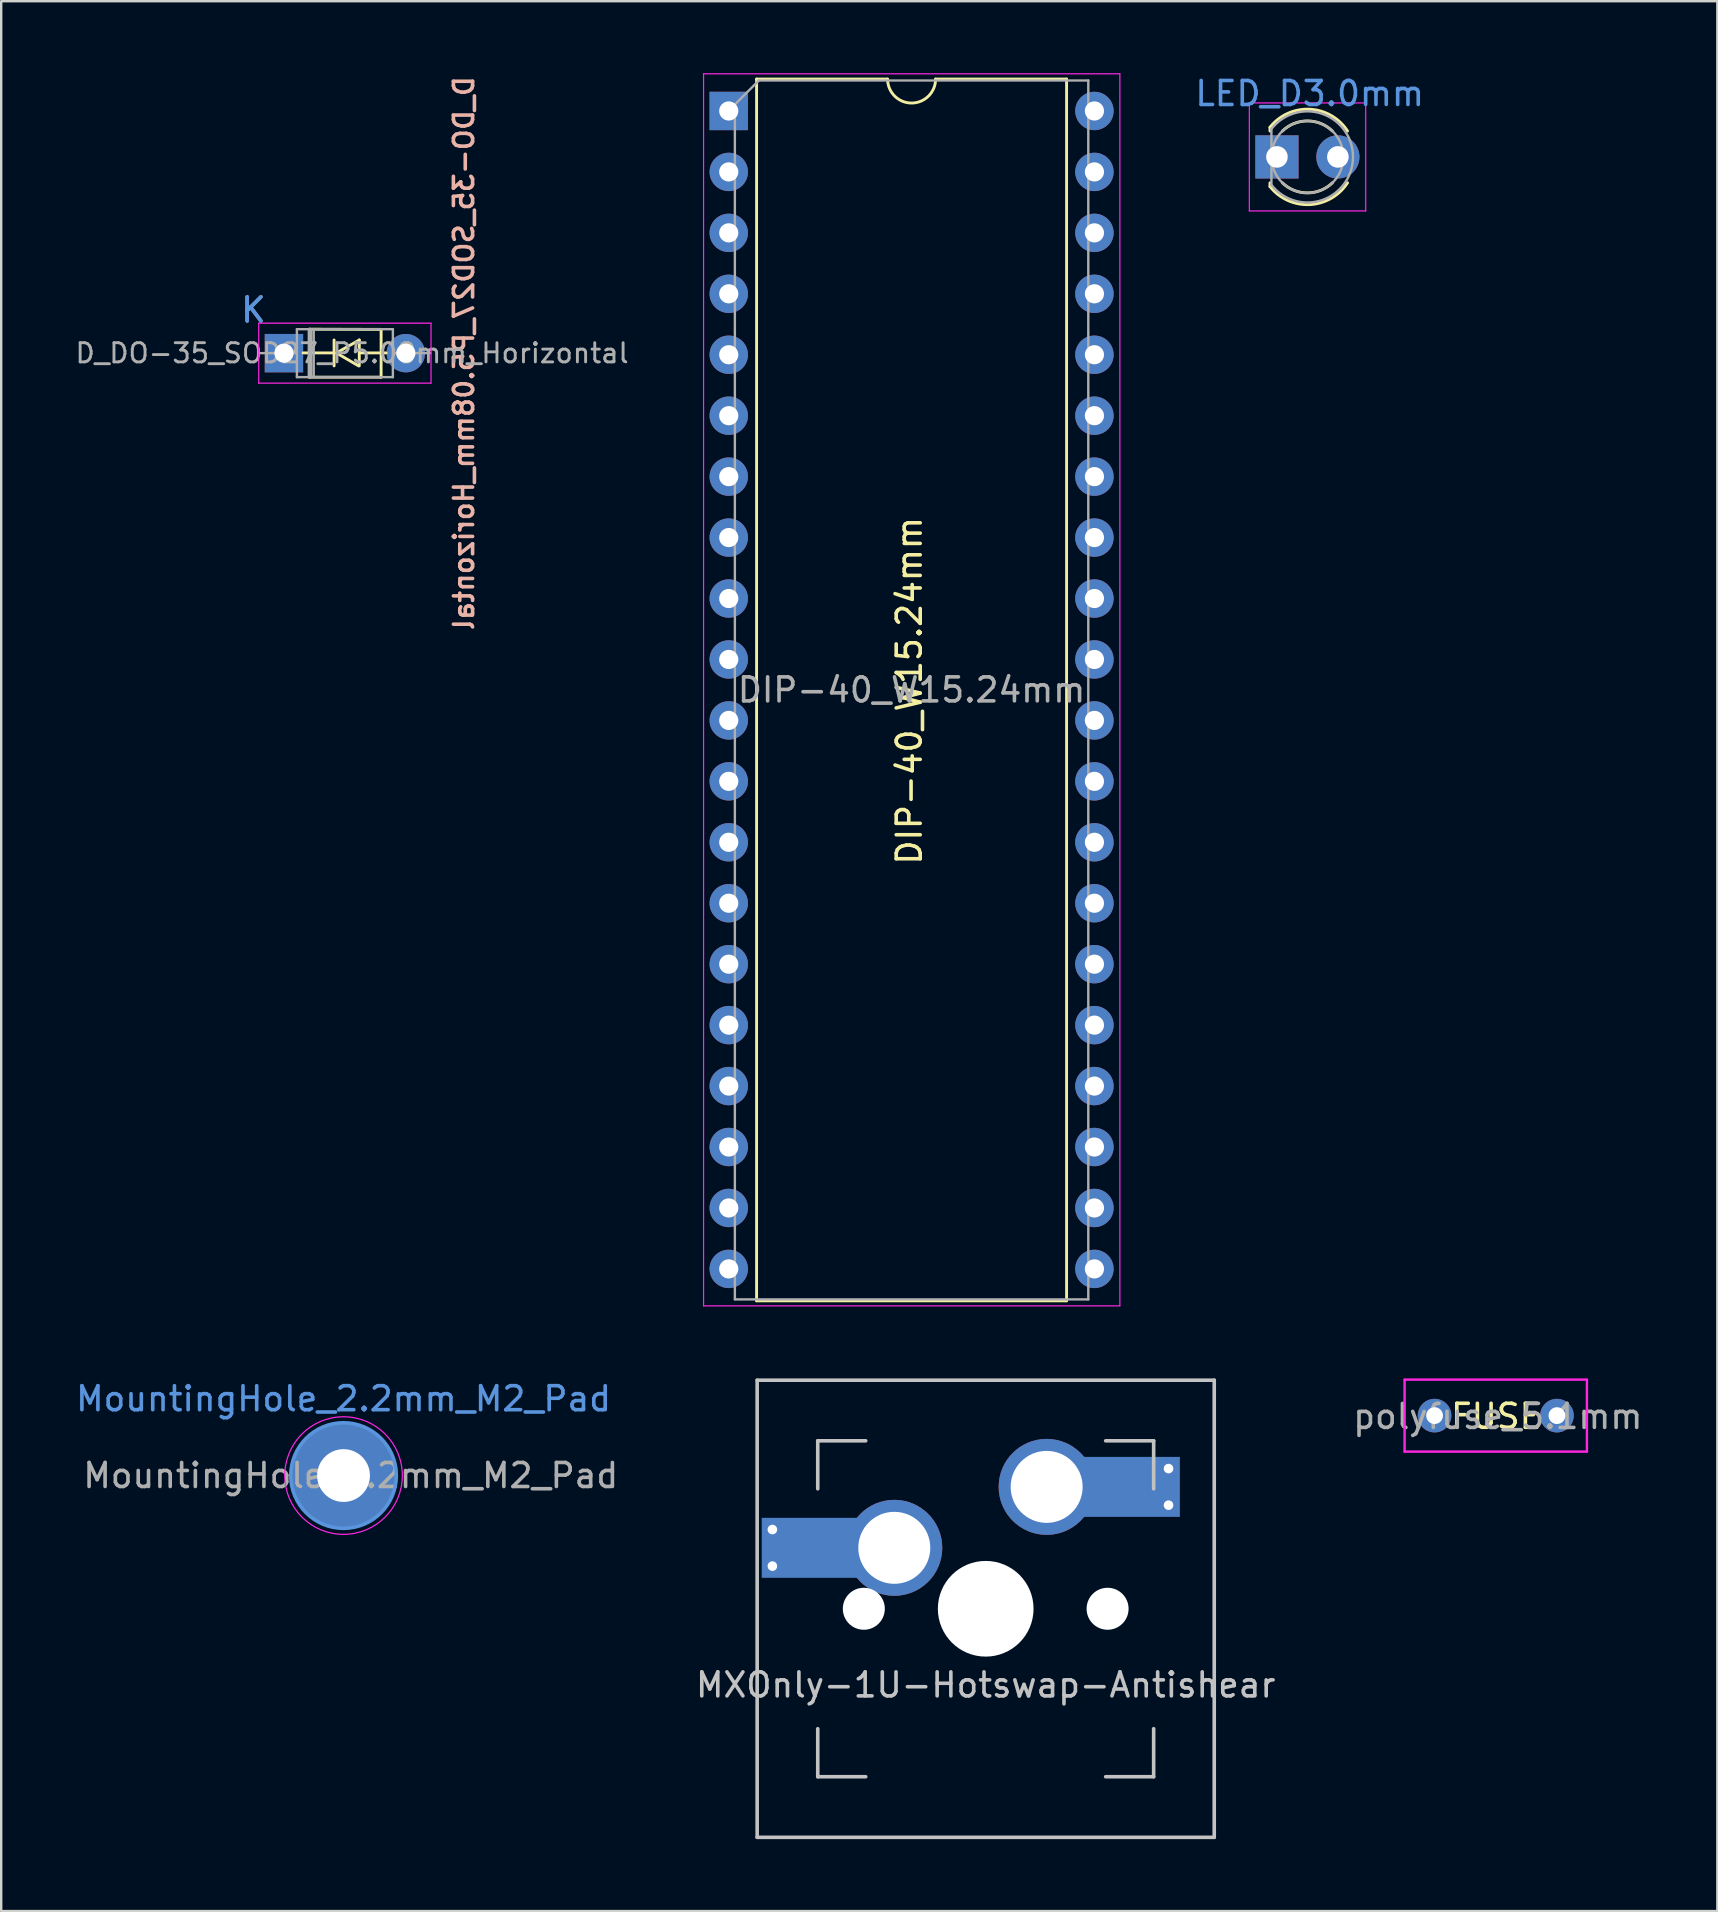
<source format=kicad_pcb>
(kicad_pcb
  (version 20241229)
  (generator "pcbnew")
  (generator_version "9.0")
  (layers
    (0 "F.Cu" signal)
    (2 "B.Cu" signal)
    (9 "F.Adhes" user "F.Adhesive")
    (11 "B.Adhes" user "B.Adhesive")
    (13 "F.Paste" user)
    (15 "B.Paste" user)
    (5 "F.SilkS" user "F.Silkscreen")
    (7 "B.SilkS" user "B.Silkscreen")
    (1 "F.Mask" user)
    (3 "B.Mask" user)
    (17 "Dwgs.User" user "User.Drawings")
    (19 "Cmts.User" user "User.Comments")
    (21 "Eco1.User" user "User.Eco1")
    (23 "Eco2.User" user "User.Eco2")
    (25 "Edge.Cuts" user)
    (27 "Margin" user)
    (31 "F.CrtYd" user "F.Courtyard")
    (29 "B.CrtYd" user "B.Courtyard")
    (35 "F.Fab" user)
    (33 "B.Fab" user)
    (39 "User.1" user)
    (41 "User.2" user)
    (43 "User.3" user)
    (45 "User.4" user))
  (footprint "polyfuse_5.1mm"
    (layer "F.Cu")
    (at 59.29 55.95)
    (property "Reference" "polyfuse_5.1mm" (at 0.087 0.035 0) (layer "F.Fab") (effects (font (size 1 1) (thickness 0.15))))
    (attr through_hole)
    (fp_line (start -3.8 -1.5) (end 3.8 -1.5) (stroke (width 0.1) (type solid)) (layer "F.CrtYd"))
    (fp_line (start -3.8 1.5) (end -3.8 -1.5) (stroke (width 0.1) (type solid)) (layer "F.CrtYd"))
    (fp_line (start 3.8 -1.5) (end 3.8 1.5) (stroke (width 0.1) (type solid)) (layer "F.CrtYd"))
    (fp_line (start 3.8 1.5) (end -3.8 1.5) (stroke (width 0.1) (type solid)) (layer "F.CrtYd"))
    (fp_text user "FUSE" (at 0.02 0.03 0) (layer "F.SilkS") (effects (font (size 1 1) (thickness 0.15))))
    (pad "1" thru_hole circle (at -2.55 0) (size 1.4 1.4) (drill 0.7) (layers "*.Cu" "*.Mask"))
    (pad "2" thru_hole circle (at 2.55 0) (size 1.4 1.4) (drill 0.7) (layers "*.Cu" "*.Mask")))
  (footprint "MountingHole_2.2mm_M2_Pad"
    (layer "F.Cu")
    (at 11.268 58.448)
    (property "Reference" "MountingHole_2.2mm_M2_Pad" (at 0 -3.2 0) (layer "Cmts.User") (effects (font (size 1 1) (thickness 0.15))))
    (attr exclude_from_pos_files exclude_from_bom)
    (fp_circle (center 0 0) (end 2.2 0) (stroke (width 0.15) (type solid)) (fill no) (layer "Cmts.User"))
    (fp_circle (center 0 0) (end 2.45 0) (stroke (width 0.05) (type solid)) (fill no) (layer "F.CrtYd"))
    (fp_text user "${REFERENCE}" (at 0.3 0 0) (layer "F.Fab") (effects (font (size 1 1) (thickness 0.15))))
    (pad "1" thru_hole circle (at 0 0) (size 4.4 4.4) (drill 2.2) (layers "*.Cu" "*.Mask")))
  (footprint "D_DO-35_SOD27_P5.08mm_Horizontal"
    (layer "F.Cu")
    (at 7.514 11.669)
    (property "Reference" "D_DO-35_SOD27_P5.08mm_Horizontal" (at 8.77 0 90) (layer "B.SilkS") (effects (font (size 0.8 0.8) (thickness 0.15)) (justify mirror)))
    (attr through_hole)
    (fp_line (start 2.07 -0.01) (end 3.35 -0.01) (stroke (width 0.12) (type solid)) (layer "F.SilkS"))
    (fp_line (start 2.33 -1) (end 5.32 -0.99) (stroke (width 0.12) (type solid)) (layer "F.SilkS"))
    (fp_line (start 2.33 1) (end 2.33 -1) (stroke (width 0.12) (type solid)) (layer "F.SilkS"))
    (fp_line (start 2.34 1) (end 5.31 1) (stroke (width 0.12) (type solid)) (layer "F.SilkS"))
    (fp_line (start 3.36 0.53) (end 3.36 -0.55) (stroke (width 0.12) (type solid)) (layer "F.SilkS"))
    (fp_line (start 3.46 -0.01) (end 4.41 -0.55) (stroke (width 0.12) (type solid)) (layer "F.SilkS"))
    (fp_line (start 3.47 0) (end 4.38 0.53) (stroke (width 0.12) (type solid)) (layer "F.SilkS"))
    (fp_line (start 4.41 0.53) (end 4.41 -0.55) (stroke (width 0.12) (type solid)) (layer "F.SilkS"))
    (fp_line (start 5.32 1) (end 5.32 -0.99) (stroke (width 0.12) (type solid)) (layer "F.SilkS"))
    (fp_line (start 5.53 -0.01) (end 4.41 -0.01) (stroke (width 0.12) (type solid)) (layer "F.SilkS"))
    (fp_line (start 0.22 -1.25) (end 0.22 1.25) (stroke (width 0.05) (type solid)) (layer "F.CrtYd"))
    (fp_line (start 0.22 1.25) (end 7.4 1.25) (stroke (width 0.05) (type solid)) (layer "F.CrtYd"))
    (fp_line (start 7.4 -1.25) (end 0.22 -1.25) (stroke (width 0.05) (type solid)) (layer "F.CrtYd"))
    (fp_line (start 7.4 1.25) (end 7.4 -1.25) (stroke (width 0.05) (type solid)) (layer "F.CrtYd"))
    (fp_line (start 0.25 0) (end 1.81 0) (stroke (width 0.1) (type solid)) (layer "F.Fab"))
    (fp_line (start 1.81 -1) (end 1.81 1) (stroke (width 0.1) (type solid)) (layer "F.Fab"))
    (fp_line (start 1.81 1) (end 5.81 1) (stroke (width 0.1) (type solid)) (layer "F.Fab"))
    (fp_line (start 2.31 -1) (end 2.31 1) (stroke (width 0.1) (type solid)) (layer "F.Fab"))
    (fp_line (start 2.41 -1) (end 2.41 1) (stroke (width 0.1) (type solid)) (layer "F.Fab"))
    (fp_line (start 2.51 -1) (end 2.51 1) (stroke (width 0.1) (type solid)) (layer "F.Fab"))
    (fp_line (start 5.81 -1) (end 1.81 -1) (stroke (width 0.1) (type solid)) (layer "F.Fab"))
    (fp_line (start 5.81 1) (end 5.81 -1) (stroke (width 0.1) (type solid)) (layer "F.Fab"))
    (fp_line (start 7.37 0) (end 5.81 0) (stroke (width 0.1) (type solid)) (layer "F.Fab"))
    (fp_text user "K" (at 0 -1.8 0) (layer "Cmts.User") (effects (font (size 1 1) (thickness 0.15))))
    (fp_text user "${REFERENCE}" (at 4.11 0 0) (layer "F.Fab") (effects (font (size 0.8 0.8) (thickness 0.12))))
    (fp_text user "K" (at 0 -1.8 0) (layer "F.Fab") (effects (font (size 1 1) (thickness 0.15))))
    (pad "1" thru_hole rect (at 1.27 0) (size 1.6 1.6) (drill 0.8) (layers "*.Cu" "*.Mask"))
    (pad "2" thru_hole oval (at 6.35 0) (size 1.6 1.6) (drill 0.8) (layers "*.Cu" "*.Mask")))
  (footprint "LED_D3.0mm"
    (layer "F.Cu")
    (at 50.17 3.49)
    (property "Reference" "LED_D3.0mm" (at 1.365 -2.642 0) (layer "Cmts.User") (effects (font (size 1 1) (thickness 0.15))))
    (attr through_hole)
    (fp_line (start -0.29 -1.236) (end -0.29 -1.08) (stroke (width 0.12) (type solid)) (layer "F.SilkS"))
    (fp_line (start -0.29 1.08) (end -0.29 1.236) (stroke (width 0.12) (type solid)) (layer "F.SilkS"))
    (fp_arc (start -0.29 -1.235516) (mid 1.366487 -1.987659) (end 2.942335 -1.078608) (stroke (width 0.12) (type solid)) (layer "F.SilkS"))
    (fp_arc (start 0.229039 -1.08) (mid 1.270117 -1.5) (end 2.31113 -1.079837) (stroke (width 0.12) (type solid)) (layer "F.SilkS"))
    (fp_arc (start 2.31113 1.079837) (mid 1.270117 1.5) (end 0.229039 1.08) (stroke (width 0.12) (type solid)) (layer "F.SilkS"))
    (fp_arc (start 2.942335 1.078608) (mid 1.366487 1.987659) (end -0.29 1.235516) (stroke (width 0.12) (type solid)) (layer "F.SilkS"))
    (fp_line (start -1.15 -2.25) (end -1.15 2.25) (stroke (width 0.05) (type solid)) (layer "F.CrtYd"))
    (fp_line (start -1.15 2.25) (end 3.7 2.25) (stroke (width 0.05) (type solid)) (layer "F.CrtYd"))
    (fp_line (start 3.7 -2.25) (end -1.15 -2.25) (stroke (width 0.05) (type solid)) (layer "F.CrtYd"))
    (fp_line (start 3.7 2.25) (end 3.7 -2.25) (stroke (width 0.05) (type solid)) (layer "F.CrtYd"))
    (fp_line (start -0.23 -1.166) (end -0.23 1.166) (stroke (width 0.1) (type solid)) (layer "F.Fab"))
    (fp_arc (start -0.23 -1.16619) (mid 3.17 0.000452) (end -0.230555 1.165476) (stroke (width 0.1) (type solid)) (layer "F.Fab"))
    (fp_circle (center 1.27 0) (end 2.77 0) (stroke (width 0.1) (type solid)) (fill no) (layer "F.Fab"))
    (pad "1" thru_hole rect (at 0 0) (size 1.8 1.8) (drill 0.9) (layers "*.Cu" "*.Mask"))
    (pad "2" thru_hole circle (at 2.54 0) (size 1.8 1.8) (drill 0.9) (layers "*.Cu" "*.Mask")))
  (footprint "MXOnly-1U-Hotswap-Antishear"
    (layer "F.Cu")
    (at 38.032 64)
    (property "Reference" "MXOnly-1U-Hotswap-Antishear" (at 0 3.175 0) (layer "Dwgs.User") (effects (font (size 1 1) (thickness 0.15))))
    (attr through_hole)
    (fp_line (start -9.525 -9.525) (end 9.525 -9.525) (stroke (width 0.15) (type solid)) (layer "Dwgs.User"))
    (fp_line (start -9.525 9.525) (end -9.525 -9.525) (stroke (width 0.15) (type solid)) (layer "Dwgs.User"))
    (fp_line (start -7 -7) (end -7 -5) (stroke (width 0.15) (type solid)) (layer "Dwgs.User"))
    (fp_line (start -7 5) (end -7 7) (stroke (width 0.15) (type solid)) (layer "Dwgs.User"))
    (fp_line (start -7 7) (end -5 7) (stroke (width 0.15) (type solid)) (layer "Dwgs.User"))
    (fp_line (start -5 -7) (end -7 -7) (stroke (width 0.15) (type solid)) (layer "Dwgs.User"))
    (fp_line (start 5 -7) (end 7 -7) (stroke (width 0.15) (type solid)) (layer "Dwgs.User"))
    (fp_line (start 5 7) (end 7 7) (stroke (width 0.15) (type solid)) (layer "Dwgs.User"))
    (fp_line (start 7 -7) (end 7 -5) (stroke (width 0.15) (type solid)) (layer "Dwgs.User"))
    (fp_line (start 7 7) (end 7 5) (stroke (width 0.15) (type solid)) (layer "Dwgs.User"))
    (fp_line (start 9.525 -9.525) (end 9.525 9.525) (stroke (width 0.15) (type solid)) (layer "Dwgs.User"))
    (fp_line (start 9.525 9.525) (end -9.525 9.525) (stroke (width 0.15) (type solid)) (layer "Dwgs.User"))
    (pad "" smd rect (at -7.085 -2.54) (size 2.55 2.5) (layers "B.Mask" "B.Paste"))
    (pad "" np_thru_hole circle (at -5.08 0 48.1) (size 1.75 1.75) (drill 1.75) (layers "*.Cu" "*.Mask"))
    (pad "" np_thru_hole circle (at 0 0) (size 3.988 3.988) (drill 3.988) (layers "*.Cu" "*.Mask"))
    (pad "" np_thru_hole circle (at 5.08 0 48.1) (size 1.75 1.75) (drill 1.75) (layers "*.Cu" "*.Mask"))
    (pad "" smd rect (at 5.815 -5.08) (size 2.55 2.5) (layers "B.Mask" "B.Paste"))
    (pad "1" thru_hole circle (at -8.89 -3.302) (size 0.8 0.8) (drill 0.4) (layers "*.Cu"))
    (pad "1" thru_hole circle (at -8.89 -1.778) (size 0.8 0.8) (drill 0.4) (layers "*.Cu"))
    (pad "1" smd rect (at -7.085 -2.54) (size 4.5 2.5) (layers "B.Cu"))
    (pad "1" thru_hole circle (at -3.81 -2.54) (size 4 4) (drill 3) (layers "*.Cu"))
    (pad "2" thru_hole circle (at 2.54 -5.08) (size 4 4) (drill 3) (layers "*.Cu"))
    (pad "2" smd rect (at 5.842 -5.08) (size 4.5 2.5) (layers "B.Cu"))
    (pad "2" thru_hole circle (at 7.62 -5.842) (size 0.8 0.8) (drill 0.4) (layers "*.Cu"))
    (pad "2" thru_hole circle (at 7.62 -4.318) (size 0.8 0.8) (drill 0.4) (layers "*.Cu")))
  (footprint "DIP-40_W15.24mm"
    (layer "F.Cu")
    (at 27.323 1.575)
    (property "Reference" "DIP-40_W15.24mm" (at 7.524 24.165 90) (layer "F.SilkS") (effects (font (size 1 1) (thickness 0.15))))
    (attr through_hole)
    (fp_line (start 1.16 -1.33) (end 1.16 49.59) (stroke (width 0.12) (type solid)) (layer "F.SilkS"))
    (fp_line (start 1.16 49.59) (end 14.08 49.59) (stroke (width 0.12) (type solid)) (layer "F.SilkS"))
    (fp_line (start 6.62 -1.33) (end 1.16 -1.33) (stroke (width 0.12) (type solid)) (layer "F.SilkS"))
    (fp_line (start 14.08 -1.33) (end 8.62 -1.33) (stroke (width 0.12) (type solid)) (layer "F.SilkS"))
    (fp_line (start 14.08 49.59) (end 14.08 -1.33) (stroke (width 0.12) (type solid)) (layer "F.SilkS"))
    (fp_arc (start 8.62 -1.33) (mid 7.62 -0.33) (end 6.62 -1.33) (stroke (width 0.12) (type solid)) (layer "F.SilkS"))
    (fp_line (start -1.05 -1.55) (end -1.05 49.8) (stroke (width 0.05) (type solid)) (layer "F.CrtYd"))
    (fp_line (start -1.05 49.8) (end 16.3 49.8) (stroke (width 0.05) (type solid)) (layer "F.CrtYd"))
    (fp_line (start 16.3 -1.55) (end -1.05 -1.55) (stroke (width 0.05) (type solid)) (layer "F.CrtYd"))
    (fp_line (start 16.3 49.8) (end 16.3 -1.55) (stroke (width 0.05) (type solid)) (layer "F.CrtYd"))
    (fp_line (start 0.255 -0.27) (end 1.255 -1.27) (stroke (width 0.1) (type solid)) (layer "F.Fab"))
    (fp_line (start 0.255 49.53) (end 0.255 -0.27) (stroke (width 0.1) (type solid)) (layer "F.Fab"))
    (fp_line (start 1.255 -1.27) (end 14.985 -1.27) (stroke (width 0.1) (type solid)) (layer "F.Fab"))
    (fp_line (start 14.985 -1.27) (end 14.985 49.53) (stroke (width 0.1) (type solid)) (layer "F.Fab"))
    (fp_line (start 14.985 49.53) (end 0.255 49.53) (stroke (width 0.1) (type solid)) (layer "F.Fab"))
    (fp_text user "${REFERENCE}" (at 7.62 24.13 0) (layer "F.Fab") (effects (font (size 1 1) (thickness 0.15))))
    (pad "1" thru_hole rect (at 0 0) (size 1.6 1.6) (drill 0.8) (layers "*.Cu" "*.Mask"))
    (pad "2" thru_hole oval (at 0 2.54) (size 1.6 1.6) (drill 0.8) (layers "*.Cu" "*.Mask"))
    (pad "3" thru_hole oval (at 0 5.08) (size 1.6 1.6) (drill 0.8) (layers "*.Cu" "*.Mask"))
    (pad "4" thru_hole oval (at 0 7.62) (size 1.6 1.6) (drill 0.8) (layers "*.Cu" "*.Mask"))
    (pad "5" thru_hole oval (at 0 10.16) (size 1.6 1.6) (drill 0.8) (layers "*.Cu" "*.Mask"))
    (pad "6" thru_hole oval (at 0 12.7) (size 1.6 1.6) (drill 0.8) (layers "*.Cu" "*.Mask"))
    (pad "7" thru_hole oval (at 0 15.24) (size 1.6 1.6) (drill 0.8) (layers "*.Cu" "*.Mask"))
    (pad "8" thru_hole oval (at 0 17.78) (size 1.6 1.6) (drill 0.8) (layers "*.Cu" "*.Mask"))
    (pad "9" thru_hole oval (at 0 20.32) (size 1.6 1.6) (drill 0.8) (layers "*.Cu" "*.Mask"))
    (pad "10" thru_hole oval (at 0 22.86) (size 1.6 1.6) (drill 0.8) (layers "*.Cu" "*.Mask"))
    (pad "11" thru_hole oval (at 0 25.4) (size 1.6 1.6) (drill 0.8) (layers "*.Cu" "*.Mask"))
    (pad "12" thru_hole oval (at 0 27.94) (size 1.6 1.6) (drill 0.8) (layers "*.Cu" "*.Mask"))
    (pad "13" thru_hole oval (at 0 30.48) (size 1.6 1.6) (drill 0.8) (layers "*.Cu" "*.Mask"))
    (pad "14" thru_hole oval (at 0 33.02) (size 1.6 1.6) (drill 0.8) (layers "*.Cu" "*.Mask"))
    (pad "15" thru_hole oval (at 0 35.56) (size 1.6 1.6) (drill 0.8) (layers "*.Cu" "*.Mask"))
    (pad "16" thru_hole oval (at 0 38.1) (size 1.6 1.6) (drill 0.8) (layers "*.Cu" "*.Mask"))
    (pad "17" thru_hole oval (at 0 40.64) (size 1.6 1.6) (drill 0.8) (layers "*.Cu" "*.Mask"))
    (pad "18" thru_hole oval (at 0 43.18) (size 1.6 1.6) (drill 0.8) (layers "*.Cu" "*.Mask"))
    (pad "19" thru_hole oval (at 0 45.72) (size 1.6 1.6) (drill 0.8) (layers "*.Cu" "*.Mask"))
    (pad "20" thru_hole oval (at 0 48.26) (size 1.6 1.6) (drill 0.8) (layers "*.Cu" "*.Mask"))
    (pad "21" thru_hole oval (at 15.24 48.26) (size 1.6 1.6) (drill 0.8) (layers "*.Cu" "*.Mask"))
    (pad "22" thru_hole oval (at 15.24 45.72) (size 1.6 1.6) (drill 0.8) (layers "*.Cu" "*.Mask"))
    (pad "23" thru_hole oval (at 15.24 43.18) (size 1.6 1.6) (drill 0.8) (layers "*.Cu" "*.Mask"))
    (pad "24" thru_hole oval (at 15.24 40.64) (size 1.6 1.6) (drill 0.8) (layers "*.Cu" "*.Mask"))
    (pad "25" thru_hole oval (at 15.24 38.1) (size 1.6 1.6) (drill 0.8) (layers "*.Cu" "*.Mask"))
    (pad "26" thru_hole oval (at 15.24 35.56) (size 1.6 1.6) (drill 0.8) (layers "*.Cu" "*.Mask"))
    (pad "27" thru_hole oval (at 15.24 33.02) (size 1.6 1.6) (drill 0.8) (layers "*.Cu" "*.Mask"))
    (pad "28" thru_hole oval (at 15.24 30.48) (size 1.6 1.6) (drill 0.8) (layers "*.Cu" "*.Mask"))
    (pad "29" thru_hole oval (at 15.24 27.94) (size 1.6 1.6) (drill 0.8) (layers "*.Cu" "*.Mask"))
    (pad "30" thru_hole oval (at 15.24 25.4) (size 1.6 1.6) (drill 0.8) (layers "*.Cu" "*.Mask"))
    (pad "31" thru_hole oval (at 15.24 22.86) (size 1.6 1.6) (drill 0.8) (layers "*.Cu" "*.Mask"))
    (pad "32" thru_hole oval (at 15.24 20.32) (size 1.6 1.6) (drill 0.8) (layers "*.Cu" "*.Mask"))
    (pad "33" thru_hole oval (at 15.24 17.78) (size 1.6 1.6) (drill 0.8) (layers "*.Cu" "*.Mask"))
    (pad "34" thru_hole oval (at 15.24 15.24) (size 1.6 1.6) (drill 0.8) (layers "*.Cu" "*.Mask"))
    (pad "35" thru_hole oval (at 15.24 12.7) (size 1.6 1.6) (drill 0.8) (layers "*.Cu" "*.Mask"))
    (pad "36" thru_hole oval (at 15.24 10.16) (size 1.6 1.6) (drill 0.8) (layers "*.Cu" "*.Mask"))
    (pad "37" thru_hole oval (at 15.24 7.62) (size 1.6 1.6) (drill 0.8) (layers "*.Cu" "*.Mask"))
    (pad "38" thru_hole oval (at 15.24 5.08) (size 1.6 1.6) (drill 0.8) (layers "*.Cu" "*.Mask"))
    (pad "39" thru_hole oval (at 15.24 2.54) (size 1.6 1.6) (drill 0.8) (layers "*.Cu" "*.Mask"))
    (pad "40" thru_hole oval (at 15.24 0) (size 1.6 1.6) (drill 0.8) (layers "*.Cu" "*.Mask")))
  (gr_rect
    (start -3 -3)
    (end 68.526 76.6)
    (stroke (width 0.1) (type default))
    (fill no)
    (layer "Edge.Cuts")))
</source>
